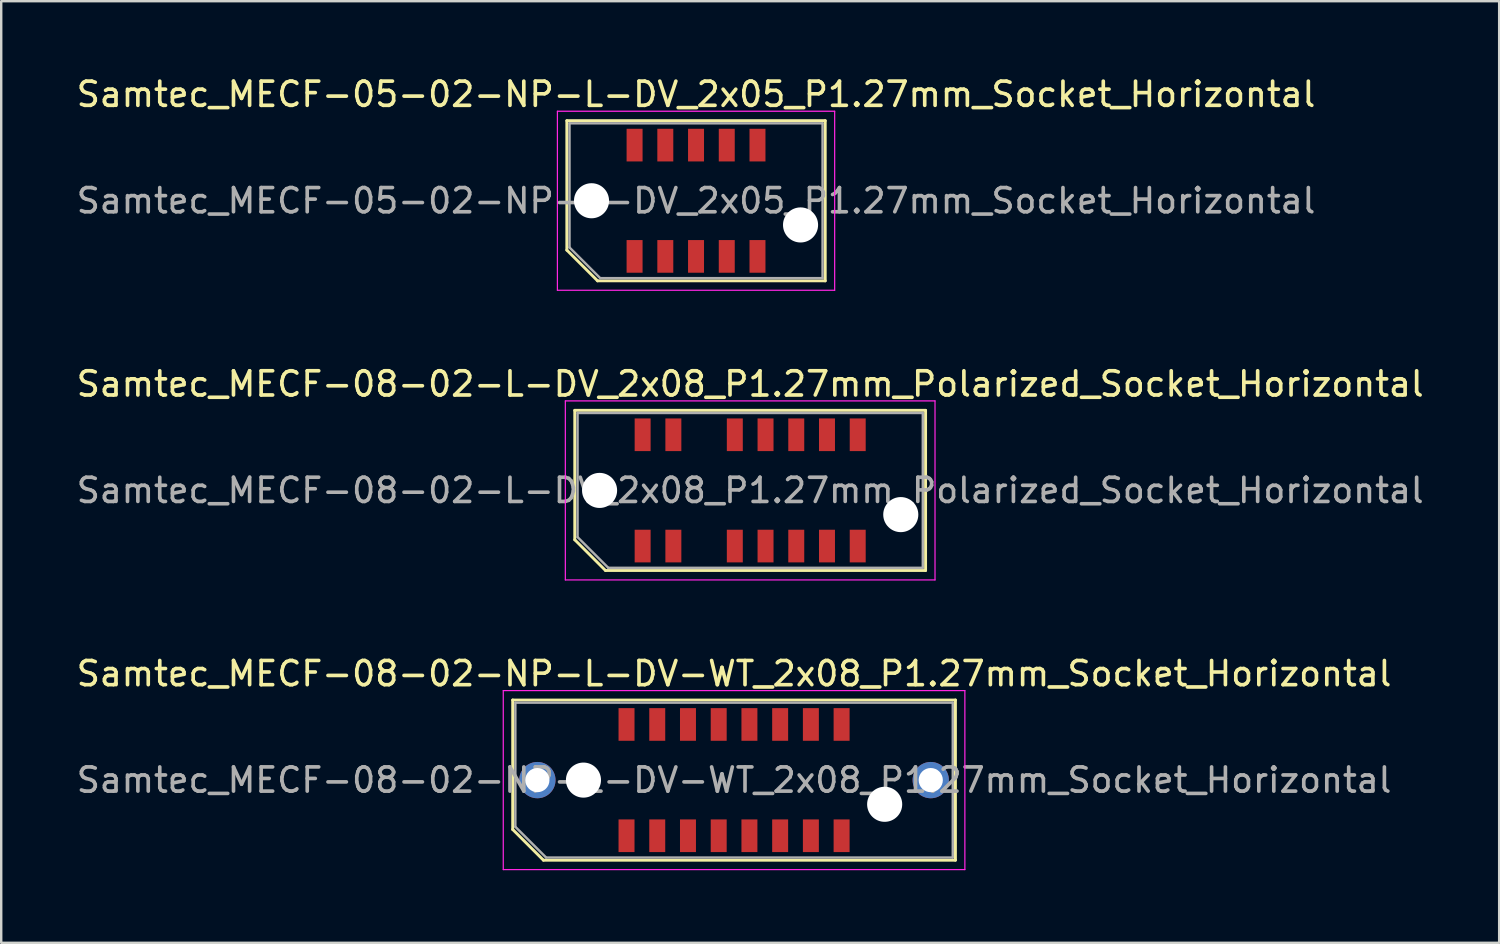
<source format=kicad_pcb>
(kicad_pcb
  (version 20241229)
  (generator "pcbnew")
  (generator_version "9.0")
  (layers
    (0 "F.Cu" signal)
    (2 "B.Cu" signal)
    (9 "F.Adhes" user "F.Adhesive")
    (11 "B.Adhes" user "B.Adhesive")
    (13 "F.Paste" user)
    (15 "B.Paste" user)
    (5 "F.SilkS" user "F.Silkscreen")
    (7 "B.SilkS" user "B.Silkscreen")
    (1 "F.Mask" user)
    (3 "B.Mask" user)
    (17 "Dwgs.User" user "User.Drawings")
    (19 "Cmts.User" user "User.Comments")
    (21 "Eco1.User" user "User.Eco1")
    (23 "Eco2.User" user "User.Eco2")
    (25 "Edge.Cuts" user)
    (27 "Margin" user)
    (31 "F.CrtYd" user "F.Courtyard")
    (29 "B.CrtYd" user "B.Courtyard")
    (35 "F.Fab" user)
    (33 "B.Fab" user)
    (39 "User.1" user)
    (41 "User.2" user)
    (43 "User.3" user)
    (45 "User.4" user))
  (footprint "Samtec_MECF-08-02-NP-L-DV-WT_2x08_P1.27mm_Socket_Horizontal"
    (layer "F.Cu")
    (at 27.292 29.195)
    (property "Reference" "Samtec_MECF-08-02-NP-L-DV-WT_2x08_P1.27mm_Socket_Horizontal" (at 0 -4.4 0) (layer "F.SilkS") (effects (font (size 1 1) (thickness 0.15))))
    (attr smd)
    (fp_line (start -9.15 -3.31) (end 9.15 -3.31) (stroke (width 0.12) (type solid)) (layer "F.SilkS"))
    (fp_line (start -9.15 2.04) (end -9.15 -3.31) (stroke (width 0.12) (type solid)) (layer "F.SilkS"))
    (fp_line (start -7.88 3.31) (end -9.15 2.04) (stroke (width 0.12) (type solid)) (layer "F.SilkS"))
    (fp_line (start -7.88 3.31) (end 9.15 3.31) (stroke (width 0.12) (type solid)) (layer "F.SilkS"))
    (fp_line (start 9.15 3.31) (end 9.15 -3.31) (stroke (width 0.12) (type solid)) (layer "F.SilkS"))
    (fp_line (start -9.54 -3.7) (end -9.54 3.7) (stroke (width 0.05) (type solid)) (layer "F.CrtYd"))
    (fp_line (start -9.54 3.7) (end 9.54 3.7) (stroke (width 0.05) (type solid)) (layer "F.CrtYd"))
    (fp_line (start 9.54 -3.7) (end -9.54 -3.7) (stroke (width 0.05) (type solid)) (layer "F.CrtYd"))
    (fp_line (start 9.54 3.7) (end 9.54 -3.7) (stroke (width 0.05) (type solid)) (layer "F.CrtYd"))
    (fp_line (start -9.04 -3.2) (end 9.04 -3.2) (stroke (width 0.1) (type solid)) (layer "F.Fab"))
    (fp_line (start -9.04 1.93) (end -9.04 -3.2) (stroke (width 0.1) (type solid)) (layer "F.Fab"))
    (fp_line (start -9.04 1.93) (end -7.77 3.2) (stroke (width 0.1) (type solid)) (layer "F.Fab"))
    (fp_line (start -7.77 3.2) (end 9.04 3.2) (stroke (width 0.1) (type solid)) (layer "F.Fab"))
    (fp_line (start 9.04 3.2) (end 9.04 -3.2) (stroke (width 0.1) (type solid)) (layer "F.Fab"))
    (fp_text user "${REFERENCE}" (at 0 0 0) (layer "F.Fab") (effects (font (size 1 1) (thickness 0.15))))
    (pad "" thru_hole circle (at -8.13 0) (size 1.5 1.5) (drill 1) (layers "*.Cu" "*.Mask"))
    (pad "" np_thru_hole circle (at -6.225 0) (size 1.45 1.45) (drill 1.45) (layers "*.Cu" "*.Mask"))
    (pad "" np_thru_hole circle (at 6.225 1) (size 1.45 1.45) (drill 1.45) (layers "*.Cu" "*.Mask"))
    (pad "" thru_hole circle (at 8.13 0) (size 1.5 1.5) (drill 1) (layers "*.Cu" "*.Mask"))
    (pad "1" smd rect (at -4.445 2.3) (size 0.66 1.35) (layers "F.Cu" "F.Mask" "F.Paste"))
    (pad "2" smd rect (at -4.445 -2.3) (size 0.66 1.35) (layers "F.Cu" "F.Mask" "F.Paste"))
    (pad "3" smd rect (at -3.175 2.3) (size 0.66 1.35) (layers "F.Cu" "F.Mask" "F.Paste"))
    (pad "4" smd rect (at -3.175 -2.3) (size 0.66 1.35) (layers "F.Cu" "F.Mask" "F.Paste"))
    (pad "5" smd rect (at -1.905 2.3) (size 0.66 1.35) (layers "F.Cu" "F.Mask" "F.Paste"))
    (pad "6" smd rect (at -1.905 -2.3) (size 0.66 1.35) (layers "F.Cu" "F.Mask" "F.Paste"))
    (pad "7" smd rect (at -0.635 2.3) (size 0.66 1.35) (layers "F.Cu" "F.Mask" "F.Paste"))
    (pad "8" smd rect (at -0.635 -2.3) (size 0.66 1.35) (layers "F.Cu" "F.Mask" "F.Paste"))
    (pad "9" smd rect (at 0.635 2.3) (size 0.66 1.35) (layers "F.Cu" "F.Mask" "F.Paste"))
    (pad "10" smd rect (at 0.635 -2.3) (size 0.66 1.35) (layers "F.Cu" "F.Mask" "F.Paste"))
    (pad "11" smd rect (at 1.905 2.3) (size 0.66 1.35) (layers "F.Cu" "F.Mask" "F.Paste"))
    (pad "12" smd rect (at 1.905 -2.3) (size 0.66 1.35) (layers "F.Cu" "F.Mask" "F.Paste"))
    (pad "13" smd rect (at 3.175 2.3) (size 0.66 1.35) (layers "F.Cu" "F.Mask" "F.Paste"))
    (pad "14" smd rect (at 3.175 -2.3) (size 0.66 1.35) (layers "F.Cu" "F.Mask" "F.Paste"))
    (pad "15" smd rect (at 4.445 2.3) (size 0.66 1.35) (layers "F.Cu" "F.Mask" "F.Paste"))
    (pad "16" smd rect (at 4.445 -2.3) (size 0.66 1.35) (layers "F.Cu" "F.Mask" "F.Paste")))
  (footprint "Samtec_MECF-05-02-NP-L-DV_2x05_P1.27mm_Socket_Horizontal"
    (layer "F.Cu")
    (at 25.72 5.248)
    (property "Reference" "Samtec_MECF-05-02-NP-L-DV_2x05_P1.27mm_Socket_Horizontal" (at 0 -4.4 0) (layer "F.SilkS") (effects (font (size 1 1) (thickness 0.15))))
    (attr smd)
    (fp_line (start -5.34 -3.31) (end 5.34 -3.31) (stroke (width 0.12) (type solid)) (layer "F.SilkS"))
    (fp_line (start -5.34 2.04) (end -5.34 -3.31) (stroke (width 0.12) (type solid)) (layer "F.SilkS"))
    (fp_line (start -4.07 3.31) (end -5.34 2.04) (stroke (width 0.12) (type solid)) (layer "F.SilkS"))
    (fp_line (start -4.07 3.31) (end 5.34 3.31) (stroke (width 0.12) (type solid)) (layer "F.SilkS"))
    (fp_line (start 5.34 3.31) (end 5.34 -3.31) (stroke (width 0.12) (type solid)) (layer "F.SilkS"))
    (fp_line (start -5.73 -3.7) (end -5.73 3.7) (stroke (width 0.05) (type solid)) (layer "F.CrtYd"))
    (fp_line (start -5.73 3.7) (end 5.73 3.7) (stroke (width 0.05) (type solid)) (layer "F.CrtYd"))
    (fp_line (start 5.73 -3.7) (end -5.73 -3.7) (stroke (width 0.05) (type solid)) (layer "F.CrtYd"))
    (fp_line (start 5.73 3.7) (end 5.73 -3.7) (stroke (width 0.05) (type solid)) (layer "F.CrtYd"))
    (fp_line (start -5.23 -3.2) (end 5.23 -3.2) (stroke (width 0.1) (type solid)) (layer "F.Fab"))
    (fp_line (start -5.23 1.93) (end -5.23 -3.2) (stroke (width 0.1) (type solid)) (layer "F.Fab"))
    (fp_line (start -5.23 1.93) (end -3.96 3.2) (stroke (width 0.1) (type solid)) (layer "F.Fab"))
    (fp_line (start -3.96 3.2) (end 5.23 3.2) (stroke (width 0.1) (type solid)) (layer "F.Fab"))
    (fp_line (start 5.23 3.2) (end 5.23 -3.2) (stroke (width 0.1) (type solid)) (layer "F.Fab"))
    (fp_text user "${REFERENCE}" (at 0 0 0) (layer "F.Fab") (effects (font (size 1 1) (thickness 0.15))))
    (pad "" np_thru_hole circle (at -4.32 0) (size 1.45 1.45) (drill 1.45) (layers "*.Cu" "*.Mask"))
    (pad "" np_thru_hole circle (at 4.32 1) (size 1.45 1.45) (drill 1.45) (layers "*.Cu" "*.Mask"))
    (pad "1" smd rect (at -2.54 2.3) (size 0.66 1.35) (layers "F.Cu" "F.Mask" "F.Paste"))
    (pad "2" smd rect (at -2.54 -2.3) (size 0.66 1.35) (layers "F.Cu" "F.Mask" "F.Paste"))
    (pad "3" smd rect (at -1.27 2.3) (size 0.66 1.35) (layers "F.Cu" "F.Mask" "F.Paste"))
    (pad "4" smd rect (at -1.27 -2.3) (size 0.66 1.35) (layers "F.Cu" "F.Mask" "F.Paste"))
    (pad "5" smd rect (at 0 2.3) (size 0.66 1.35) (layers "F.Cu" "F.Mask" "F.Paste"))
    (pad "6" smd rect (at 0 -2.3) (size 0.66 1.35) (layers "F.Cu" "F.Mask" "F.Paste"))
    (pad "7" smd rect (at 1.27 2.3) (size 0.66 1.35) (layers "F.Cu" "F.Mask" "F.Paste"))
    (pad "8" smd rect (at 1.27 -2.3) (size 0.66 1.35) (layers "F.Cu" "F.Mask" "F.Paste"))
    (pad "9" smd rect (at 2.54 2.3) (size 0.66 1.35) (layers "F.Cu" "F.Mask" "F.Paste"))
    (pad "10" smd rect (at 2.54 -2.3) (size 0.66 1.35) (layers "F.Cu" "F.Mask" "F.Paste")))
  (footprint "Samtec_MECF-08-02-L-DV_2x08_P1.27mm_Polarized_Socket_Horizontal"
    (layer "F.Cu")
    (at 27.958 17.221)
    (property "Reference" "Samtec_MECF-08-02-L-DV_2x08_P1.27mm_Polarized_Socket_Horizontal" (at 0 -4.4 0) (layer "F.SilkS") (effects (font (size 1 1) (thickness 0.15))))
    (attr smd)
    (fp_line (start -7.25 -3.31) (end 7.25 -3.31) (stroke (width 0.12) (type solid)) (layer "F.SilkS"))
    (fp_line (start -7.25 2.04) (end -7.25 -3.31) (stroke (width 0.12) (type solid)) (layer "F.SilkS"))
    (fp_line (start -5.98 3.31) (end -7.25 2.04) (stroke (width 0.12) (type solid)) (layer "F.SilkS"))
    (fp_line (start -5.98 3.31) (end 7.25 3.31) (stroke (width 0.12) (type solid)) (layer "F.SilkS"))
    (fp_line (start 7.25 3.31) (end 7.25 -3.31) (stroke (width 0.12) (type solid)) (layer "F.SilkS"))
    (fp_line (start -7.64 -3.7) (end -7.64 3.7) (stroke (width 0.05) (type solid)) (layer "F.CrtYd"))
    (fp_line (start -7.64 3.7) (end 7.64 3.7) (stroke (width 0.05) (type solid)) (layer "F.CrtYd"))
    (fp_line (start 7.64 -3.7) (end -7.64 -3.7) (stroke (width 0.05) (type solid)) (layer "F.CrtYd"))
    (fp_line (start 7.64 3.7) (end 7.64 -3.7) (stroke (width 0.05) (type solid)) (layer "F.CrtYd"))
    (fp_line (start -7.135 -3.2) (end 7.135 -3.2) (stroke (width 0.1) (type solid)) (layer "F.Fab"))
    (fp_line (start -7.135 1.93) (end -7.135 -3.2) (stroke (width 0.1) (type solid)) (layer "F.Fab"))
    (fp_line (start -7.135 1.93) (end -5.865 3.2) (stroke (width 0.1) (type solid)) (layer "F.Fab"))
    (fp_line (start -5.865 3.2) (end 7.135 3.2) (stroke (width 0.1) (type solid)) (layer "F.Fab"))
    (fp_line (start 7.135 3.2) (end 7.135 -3.2) (stroke (width 0.1) (type solid)) (layer "F.Fab"))
    (fp_text user "${REFERENCE}" (at 0 0 0) (layer "F.Fab") (effects (font (size 1 1) (thickness 0.15))))
    (pad "" np_thru_hole circle (at -6.225 0) (size 1.45 1.45) (drill 1.45) (layers "*.Cu" "*.Mask"))
    (pad "" np_thru_hole circle (at 6.225 1) (size 1.45 1.45) (drill 1.45) (layers "*.Cu" "*.Mask"))
    (pad "1" smd rect (at -4.445 2.3) (size 0.66 1.35) (layers "F.Cu" "F.Mask" "F.Paste"))
    (pad "2" smd rect (at -4.445 -2.3) (size 0.66 1.35) (layers "F.Cu" "F.Mask" "F.Paste"))
    (pad "3" smd rect (at -3.175 2.3) (size 0.66 1.35) (layers "F.Cu" "F.Mask" "F.Paste"))
    (pad "4" smd rect (at -3.175 -2.3) (size 0.66 1.35) (layers "F.Cu" "F.Mask" "F.Paste"))
    (pad "7" smd rect (at -0.635 2.3) (size 0.66 1.35) (layers "F.Cu" "F.Mask" "F.Paste"))
    (pad "8" smd rect (at -0.635 -2.3) (size 0.66 1.35) (layers "F.Cu" "F.Mask" "F.Paste"))
    (pad "9" smd rect (at 0.635 2.3) (size 0.66 1.35) (layers "F.Cu" "F.Mask" "F.Paste"))
    (pad "10" smd rect (at 0.635 -2.3) (size 0.66 1.35) (layers "F.Cu" "F.Mask" "F.Paste"))
    (pad "11" smd rect (at 1.905 2.3) (size 0.66 1.35) (layers "F.Cu" "F.Mask" "F.Paste"))
    (pad "12" smd rect (at 1.905 -2.3) (size 0.66 1.35) (layers "F.Cu" "F.Mask" "F.Paste"))
    (pad "13" smd rect (at 3.175 2.3) (size 0.66 1.35) (layers "F.Cu" "F.Mask" "F.Paste"))
    (pad "14" smd rect (at 3.175 -2.3) (size 0.66 1.35) (layers "F.Cu" "F.Mask" "F.Paste"))
    (pad "15" smd rect (at 4.445 2.3) (size 0.66 1.35) (layers "F.Cu" "F.Mask" "F.Paste"))
    (pad "16" smd rect (at 4.445 -2.3) (size 0.66 1.35) (layers "F.Cu" "F.Mask" "F.Paste")))
  (gr_rect
    (start -3 -3)
    (end 58.917 35.92)
    (stroke (width 0.1) (type default))
    (fill no)
    (layer "Edge.Cuts")))
</source>
